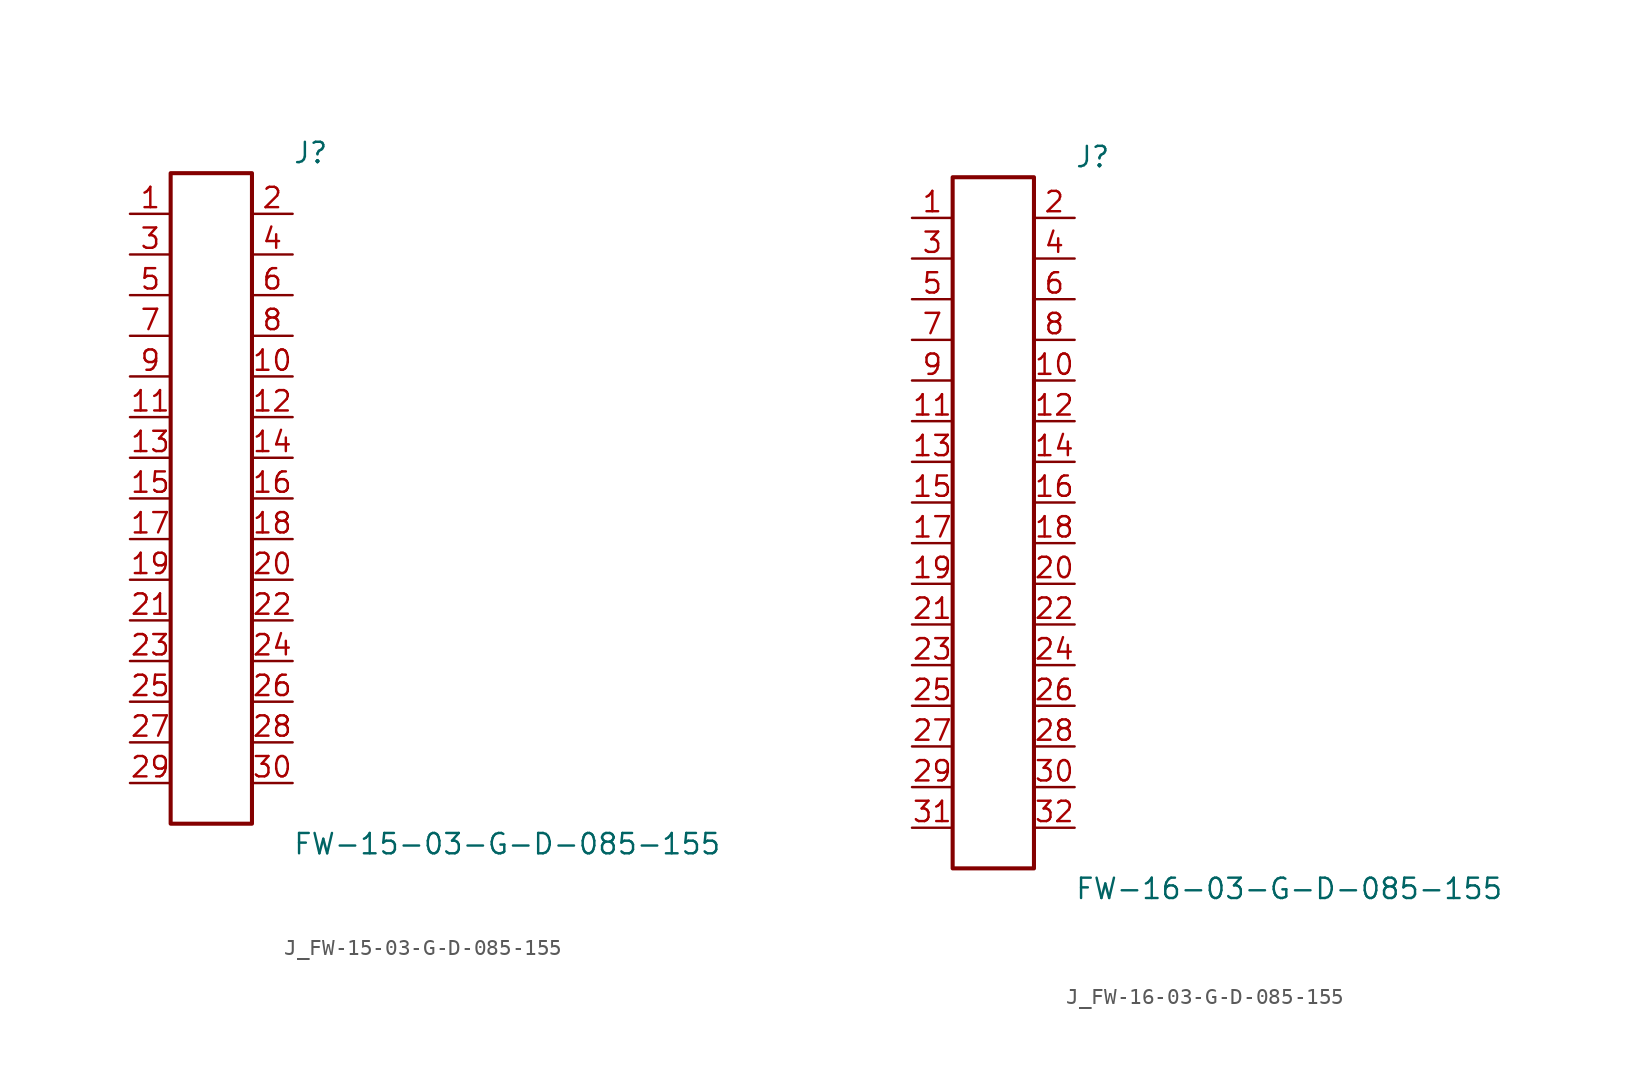
<source format=kicad_sym>
(kicad_symbol_lib
  (version 20231120)
  (generator kicad_symbol_editor)
  (generator_version 8.0)
  (symbol "J_FW-15-03-G-D-085-155"
    (pin_names
      (offset 0.254))
    (property "Reference" "J"
      (at 5.08 21.59 0)
      (effects (font (size 1.27 1.27)) (justify left)))
    (property "Value" "FW-15-03-G-D-085-155"
      (at 5.08 -21.59 0)
      (effects (font (size 1.27 1.27)) (justify left)))
    (symbol "J_FW-15-03-G-D-085-155_0_0"
      (pin unspecified line (at -5.08 17.78 0) (length 2.54) (name "" (effects (font (size 1.27 1.27)))) (number "1" (effects (font (size 1.27 1.27)))))
      (pin unspecified line (at 5.08 17.78 180) (length 2.54) (name "" (effects (font (size 1.27 1.27)))) (number "2" (effects (font (size 1.27 1.27)))))
      (pin unspecified line (at -5.08 15.24 0) (length 2.54) (name "" (effects (font (size 1.27 1.27)))) (number "3" (effects (font (size 1.27 1.27)))))
      (pin unspecified line (at 5.08 15.24 180) (length 2.54) (name "" (effects (font (size 1.27 1.27)))) (number "4" (effects (font (size 1.27 1.27)))))
      (pin unspecified line (at -5.08 12.7 0) (length 2.54) (name "" (effects (font (size 1.27 1.27)))) (number "5" (effects (font (size 1.27 1.27)))))
      (pin unspecified line (at 5.08 12.7 180) (length 2.54) (name "" (effects (font (size 1.27 1.27)))) (number "6" (effects (font (size 1.27 1.27)))))
      (pin unspecified line (at -5.08 10.16 0) (length 2.54) (name "" (effects (font (size 1.27 1.27)))) (number "7" (effects (font (size 1.27 1.27)))))
      (pin unspecified line (at 5.08 10.16 180) (length 2.54) (name "" (effects (font (size 1.27 1.27)))) (number "8" (effects (font (size 1.27 1.27)))))
      (pin unspecified line (at -5.08 7.62 0) (length 2.54) (name "" (effects (font (size 1.27 1.27)))) (number "9" (effects (font (size 1.27 1.27)))))
      (pin unspecified line (at 5.08 7.62 180) (length 2.54) (name "" (effects (font (size 1.27 1.27)))) (number "10" (effects (font (size 1.27 1.27)))))
      (pin unspecified line (at -5.08 5.08 0) (length 2.54) (name "" (effects (font (size 1.27 1.27)))) (number "11" (effects (font (size 1.27 1.27)))))
      (pin unspecified line (at 5.08 5.08 180) (length 2.54) (name "" (effects (font (size 1.27 1.27)))) (number "12" (effects (font (size 1.27 1.27)))))
      (pin unspecified line (at -5.08 2.54 0) (length 2.54) (name "" (effects (font (size 1.27 1.27)))) (number "13" (effects (font (size 1.27 1.27)))))
      (pin unspecified line (at 5.08 2.54 180) (length 2.54) (name "" (effects (font (size 1.27 1.27)))) (number "14" (effects (font (size 1.27 1.27)))))
      (pin unspecified line (at -5.08 0.0 0) (length 2.54) (name "" (effects (font (size 1.27 1.27)))) (number "15" (effects (font (size 1.27 1.27)))))
      (pin unspecified line (at 5.08 0.0 180) (length 2.54) (name "" (effects (font (size 1.27 1.27)))) (number "16" (effects (font (size 1.27 1.27)))))
      (pin unspecified line (at -5.08 -2.54 0) (length 2.54) (name "" (effects (font (size 1.27 1.27)))) (number "17" (effects (font (size 1.27 1.27)))))
      (pin unspecified line (at 5.08 -2.54 180) (length 2.54) (name "" (effects (font (size 1.27 1.27)))) (number "18" (effects (font (size 1.27 1.27)))))
      (pin unspecified line (at -5.08 -5.08 0) (length 2.54) (name "" (effects (font (size 1.27 1.27)))) (number "19" (effects (font (size 1.27 1.27)))))
      (pin unspecified line (at 5.08 -5.08 180) (length 2.54) (name "" (effects (font (size 1.27 1.27)))) (number "20" (effects (font (size 1.27 1.27)))))
      (pin unspecified line (at -5.08 -7.62 0) (length 2.54) (name "" (effects (font (size 1.27 1.27)))) (number "21" (effects (font (size 1.27 1.27)))))
      (pin unspecified line (at 5.08 -7.62 180) (length 2.54) (name "" (effects (font (size 1.27 1.27)))) (number "22" (effects (font (size 1.27 1.27)))))
      (pin unspecified line (at -5.08 -10.16 0) (length 2.54) (name "" (effects (font (size 1.27 1.27)))) (number "23" (effects (font (size 1.27 1.27)))))
      (pin unspecified line (at 5.08 -10.16 180) (length 2.54) (name "" (effects (font (size 1.27 1.27)))) (number "24" (effects (font (size 1.27 1.27)))))
      (pin unspecified line (at -5.08 -12.7 0) (length 2.54) (name "" (effects (font (size 1.27 1.27)))) (number "25" (effects (font (size 1.27 1.27)))))
      (pin unspecified line (at 5.08 -12.7 180) (length 2.54) (name "" (effects (font (size 1.27 1.27)))) (number "26" (effects (font (size 1.27 1.27)))))
      (pin unspecified line (at -5.08 -15.24 0) (length 2.54) (name "" (effects (font (size 1.27 1.27)))) (number "27" (effects (font (size 1.27 1.27)))))
      (pin unspecified line (at 5.08 -15.24 180) (length 2.54) (name "" (effects (font (size 1.27 1.27)))) (number "28" (effects (font (size 1.27 1.27)))))
      (pin unspecified line (at -5.08 -17.78 0) (length 2.54) (name "" (effects (font (size 1.27 1.27)))) (number "29" (effects (font (size 1.27 1.27)))))
      (pin unspecified line (at 5.08 -17.78 180) (length 2.54) (name "" (effects (font (size 1.27 1.27)))) (number "30" (effects (font (size 1.27 1.27))))))
    (symbol "J_FW-15-03-G-D-085-155_1_0"
      (rectangle (start -2.54 20.32) (end 2.54 -20.32) (stroke (width 0.254) (type solid)) (fill (type none)))))
  (symbol "J_FW-16-03-G-D-085-155"
    (pin_names
      (offset 0.254))
    (property "Reference" "J"
      (at 5.08 22.86 0)
      (effects (font (size 1.27 1.27)) (justify left)))
    (property "Value" "FW-16-03-G-D-085-155"
      (at 5.08 -22.86 0)
      (effects (font (size 1.27 1.27)) (justify left)))
    (symbol "J_FW-16-03-G-D-085-155_0_0"
      (pin unspecified line (at -5.08 19.05 0) (length 2.54) (name "" (effects (font (size 1.27 1.27)))) (number "1" (effects (font (size 1.27 1.27)))))
      (pin unspecified line (at 5.08 19.05 180) (length 2.54) (name "" (effects (font (size 1.27 1.27)))) (number "2" (effects (font (size 1.27 1.27)))))
      (pin unspecified line (at -5.08 16.51 0) (length 2.54) (name "" (effects (font (size 1.27 1.27)))) (number "3" (effects (font (size 1.27 1.27)))))
      (pin unspecified line (at 5.08 16.51 180) (length 2.54) (name "" (effects (font (size 1.27 1.27)))) (number "4" (effects (font (size 1.27 1.27)))))
      (pin unspecified line (at -5.08 13.97 0) (length 2.54) (name "" (effects (font (size 1.27 1.27)))) (number "5" (effects (font (size 1.27 1.27)))))
      (pin unspecified line (at 5.08 13.97 180) (length 2.54) (name "" (effects (font (size 1.27 1.27)))) (number "6" (effects (font (size 1.27 1.27)))))
      (pin unspecified line (at -5.08 11.43 0) (length 2.54) (name "" (effects (font (size 1.27 1.27)))) (number "7" (effects (font (size 1.27 1.27)))))
      (pin unspecified line (at 5.08 11.43 180) (length 2.54) (name "" (effects (font (size 1.27 1.27)))) (number "8" (effects (font (size 1.27 1.27)))))
      (pin unspecified line (at -5.08 8.89 0) (length 2.54) (name "" (effects (font (size 1.27 1.27)))) (number "9" (effects (font (size 1.27 1.27)))))
      (pin unspecified line (at 5.08 8.89 180) (length 2.54) (name "" (effects (font (size 1.27 1.27)))) (number "10" (effects (font (size 1.27 1.27)))))
      (pin unspecified line (at -5.08 6.35 0) (length 2.54) (name "" (effects (font (size 1.27 1.27)))) (number "11" (effects (font (size 1.27 1.27)))))
      (pin unspecified line (at 5.08 6.35 180) (length 2.54) (name "" (effects (font (size 1.27 1.27)))) (number "12" (effects (font (size 1.27 1.27)))))
      (pin unspecified line (at -5.08 3.81 0) (length 2.54) (name "" (effects (font (size 1.27 1.27)))) (number "13" (effects (font (size 1.27 1.27)))))
      (pin unspecified line (at 5.08 3.81 180) (length 2.54) (name "" (effects (font (size 1.27 1.27)))) (number "14" (effects (font (size 1.27 1.27)))))
      (pin unspecified line (at -5.08 1.27 0) (length 2.54) (name "" (effects (font (size 1.27 1.27)))) (number "15" (effects (font (size 1.27 1.27)))))
      (pin unspecified line (at 5.08 1.27 180) (length 2.54) (name "" (effects (font (size 1.27 1.27)))) (number "16" (effects (font (size 1.27 1.27)))))
      (pin unspecified line (at -5.08 -1.27 0) (length 2.54) (name "" (effects (font (size 1.27 1.27)))) (number "17" (effects (font (size 1.27 1.27)))))
      (pin unspecified line (at 5.08 -1.27 180) (length 2.54) (name "" (effects (font (size 1.27 1.27)))) (number "18" (effects (font (size 1.27 1.27)))))
      (pin unspecified line (at -5.08 -3.81 0) (length 2.54) (name "" (effects (font (size 1.27 1.27)))) (number "19" (effects (font (size 1.27 1.27)))))
      (pin unspecified line (at 5.08 -3.81 180) (length 2.54) (name "" (effects (font (size 1.27 1.27)))) (number "20" (effects (font (size 1.27 1.27)))))
      (pin unspecified line (at -5.08 -6.35 0) (length 2.54) (name "" (effects (font (size 1.27 1.27)))) (number "21" (effects (font (size 1.27 1.27)))))
      (pin unspecified line (at 5.08 -6.35 180) (length 2.54) (name "" (effects (font (size 1.27 1.27)))) (number "22" (effects (font (size 1.27 1.27)))))
      (pin unspecified line (at -5.08 -8.89 0) (length 2.54) (name "" (effects (font (size 1.27 1.27)))) (number "23" (effects (font (size 1.27 1.27)))))
      (pin unspecified line (at 5.08 -8.89 180) (length 2.54) (name "" (effects (font (size 1.27 1.27)))) (number "24" (effects (font (size 1.27 1.27)))))
      (pin unspecified line (at -5.08 -11.43 0) (length 2.54) (name "" (effects (font (size 1.27 1.27)))) (number "25" (effects (font (size 1.27 1.27)))))
      (pin unspecified line (at 5.08 -11.43 180) (length 2.54) (name "" (effects (font (size 1.27 1.27)))) (number "26" (effects (font (size 1.27 1.27)))))
      (pin unspecified line (at -5.08 -13.97 0) (length 2.54) (name "" (effects (font (size 1.27 1.27)))) (number "27" (effects (font (size 1.27 1.27)))))
      (pin unspecified line (at 5.08 -13.97 180) (length 2.54) (name "" (effects (font (size 1.27 1.27)))) (number "28" (effects (font (size 1.27 1.27)))))
      (pin unspecified line (at -5.08 -16.51 0) (length 2.54) (name "" (effects (font (size 1.27 1.27)))) (number "29" (effects (font (size 1.27 1.27)))))
      (pin unspecified line (at 5.08 -16.51 180) (length 2.54) (name "" (effects (font (size 1.27 1.27)))) (number "30" (effects (font (size 1.27 1.27)))))
      (pin unspecified line (at -5.08 -19.05 0) (length 2.54) (name "" (effects (font (size 1.27 1.27)))) (number "31" (effects (font (size 1.27 1.27)))))
      (pin unspecified line (at 5.08 -19.05 180) (length 2.54) (name "" (effects (font (size 1.27 1.27)))) (number "32" (effects (font (size 1.27 1.27))))))
    (symbol "J_FW-16-03-G-D-085-155_1_0"
      (rectangle (start -2.54 21.59) (end 2.54 -21.59) (stroke (width 0.254) (type solid)) (fill (type none))))))
</source>
